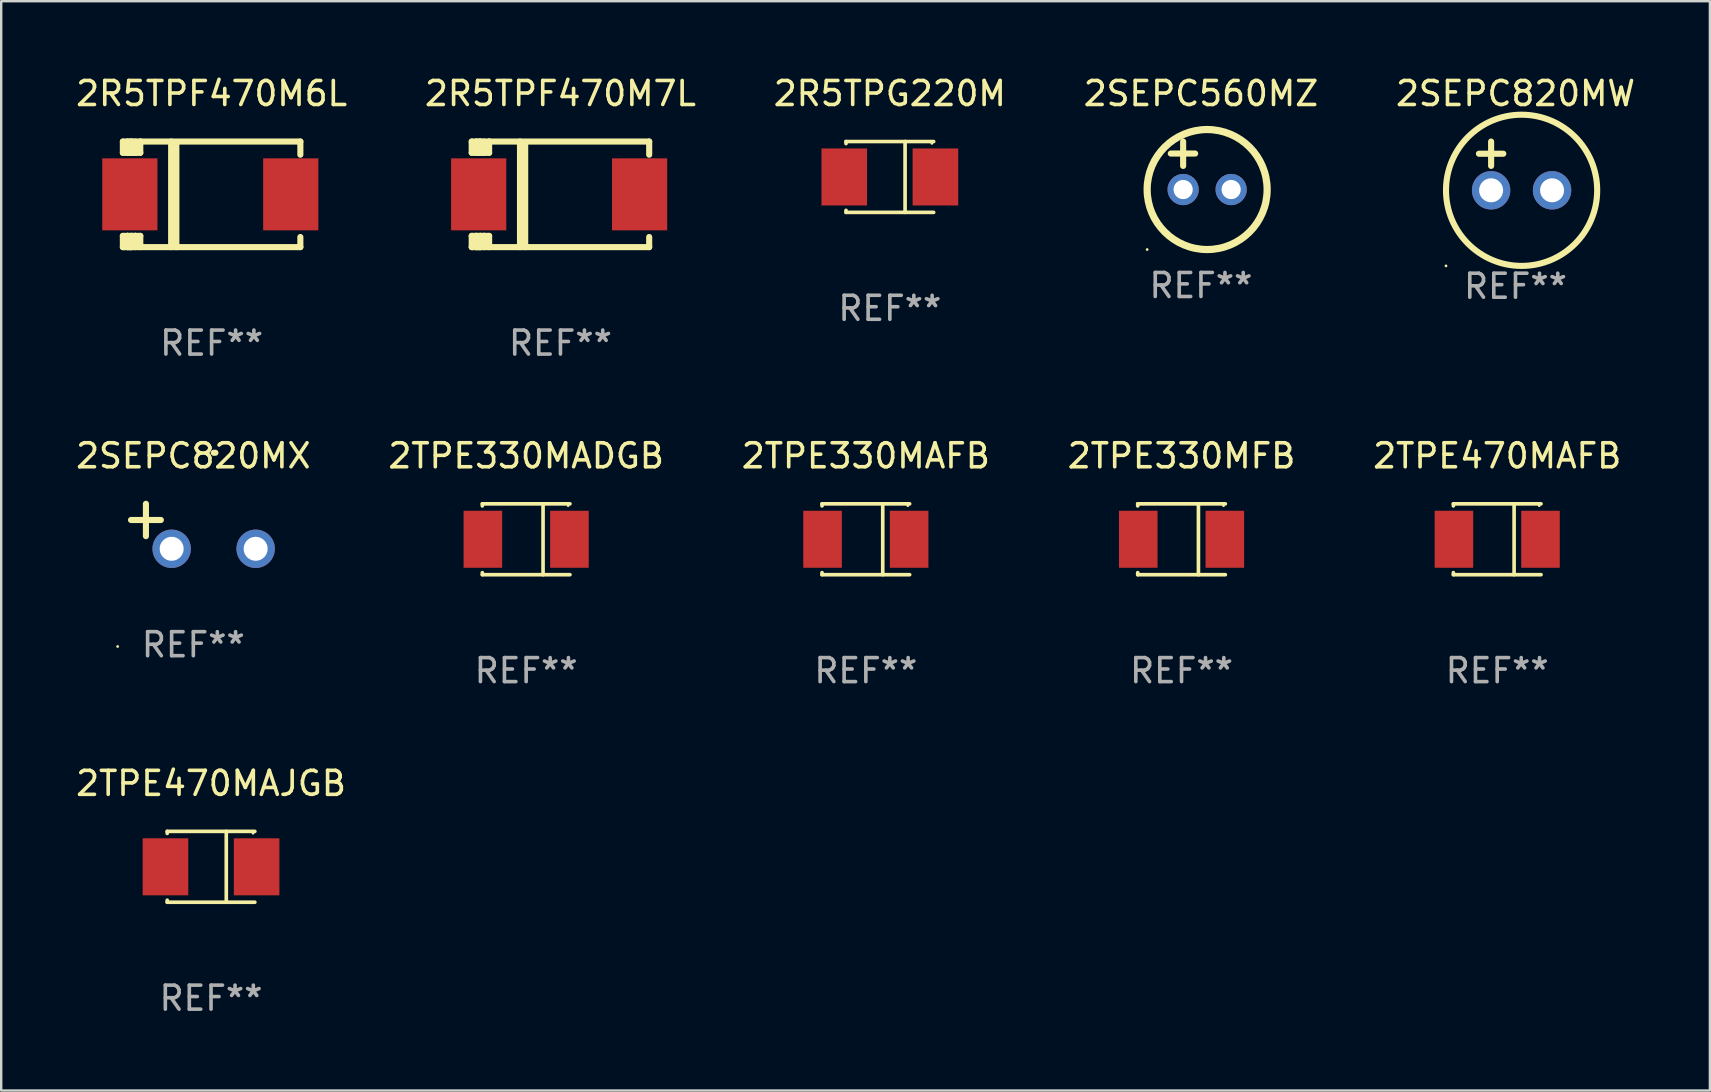
<source format=kicad_pcb>
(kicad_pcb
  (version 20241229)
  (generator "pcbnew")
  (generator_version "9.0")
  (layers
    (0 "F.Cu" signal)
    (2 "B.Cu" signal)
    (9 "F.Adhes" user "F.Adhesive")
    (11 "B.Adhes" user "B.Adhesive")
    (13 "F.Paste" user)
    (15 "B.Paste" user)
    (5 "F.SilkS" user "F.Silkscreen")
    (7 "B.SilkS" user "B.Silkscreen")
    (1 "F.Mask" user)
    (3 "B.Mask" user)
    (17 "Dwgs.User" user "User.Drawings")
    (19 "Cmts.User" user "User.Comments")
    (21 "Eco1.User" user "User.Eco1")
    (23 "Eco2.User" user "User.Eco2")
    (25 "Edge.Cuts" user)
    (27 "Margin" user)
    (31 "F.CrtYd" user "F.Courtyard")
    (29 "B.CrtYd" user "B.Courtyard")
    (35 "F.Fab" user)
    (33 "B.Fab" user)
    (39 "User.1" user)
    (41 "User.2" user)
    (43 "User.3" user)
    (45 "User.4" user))
  (footprint "2R5TPG220M"
    (layer "F.Cu")
    (at 34.03 4.324)
    (property "Reference" "2R5TPG220M" (at 0 -3.476 0) (layer "F.SilkS") (effects (font (size 1 1) (thickness 0.15))))
    (attr through_hole)
    (fp_line (start -1.826 -1.476) (end -1.826 -1.391) (stroke (width 0.152) (type solid)) (layer "F.SilkS"))
    (fp_line (start -1.826 -1.476) (end 1.826 -1.476) (stroke (width 0.152) (type solid)) (layer "F.SilkS"))
    (fp_line (start -1.826 1.476) (end -1.826 1.391) (stroke (width 0.152) (type solid)) (layer "F.SilkS"))
    (fp_line (start -1.826 1.476) (end 1.826 1.476) (stroke (width 0.152) (type solid)) (layer "F.SilkS"))
    (fp_line (start 0.635 -1.476) (end 0.635 1.476) (stroke (width 0.152) (type solid)) (layer "F.SilkS"))
    (fp_circle (center 1.75 -1.4) (end 1.78 -1.4) (stroke (width 0.06) (type solid)) (fill no) (layer "F.SilkS"))
    (fp_text user "REF**" (at 0 5.476 0) (layer "F.Fab") (effects (font (size 1 1) (thickness 0.15))))
    (pad "1" smd rect (at 1.899 0) (size 1.9 2.376) (layers "F.Cu" "F.Mask" "F.Paste"))
    (pad "2" smd rect (at -1.899 0) (size 1.9 2.376) (layers "F.Cu" "F.Mask" "F.Paste")))
  (footprint "2R5TPF470M6L"
    (layer "F.Cu")
    (at 5.768 5.048)
    (property "Reference" "2R5TPF470M6L" (at 0 -4.2 0) (layer "F.SilkS") (effects (font (size 1 1) (thickness 0.15))))
    (attr through_hole)
    (fp_line (start -3.698 -2.2) (end -3.502 -2.2) (stroke (width 0.254) (type solid)) (layer "F.SilkS"))
    (fp_line (start -3.698 -1.731) (end -3.698 -2.2) (stroke (width 0.254) (type solid)) (layer "F.SilkS"))
    (fp_line (start -3.698 -1.731) (end -3.502 -1.731) (stroke (width 0.254) (type solid)) (layer "F.SilkS"))
    (fp_line (start -3.698 1.731) (end -3.502 1.731) (stroke (width 0.254) (type solid)) (layer "F.SilkS"))
    (fp_line (start -3.698 2.2) (end -3.698 1.731) (stroke (width 0.254) (type solid)) (layer "F.SilkS"))
    (fp_line (start -3.66 2.2) (end -3.698 2.2) (stroke (width 0.254) (type solid)) (layer "F.SilkS"))
    (fp_line (start -3.66 2.2) (end -3.346 2.2) (stroke (width 0.254) (type solid)) (layer "F.SilkS"))
    (fp_line (start -3.502 -2.2) (end 3.698 -2.2) (stroke (width 0.254) (type solid)) (layer "F.SilkS"))
    (fp_line (start -3.502 -1.731) (end -3.502 -2.2) (stroke (width 0.254) (type solid)) (layer "F.SilkS"))
    (fp_line (start -3.502 1.731) (end -3.502 1.778) (stroke (width 0.254) (type solid)) (layer "F.SilkS"))
    (fp_line (start -3.502 1.731) (end -3.178 1.731) (stroke (width 0.254) (type solid)) (layer "F.SilkS"))
    (fp_line (start -3.502 1.778) (end -3.502 1.731) (stroke (width 0.254) (type solid)) (layer "F.SilkS"))
    (fp_line (start -3.502 2.2) (end -3.502 1.778) (stroke (width 0.254) (type solid)) (layer "F.SilkS"))
    (fp_line (start -3.502 2.2) (end 3.698 2.2) (stroke (width 0.254) (type solid)) (layer "F.SilkS"))
    (fp_line (start -3.367 -2.2) (end -3.367 -1.731) (stroke (width 0.254) (type solid)) (layer "F.SilkS"))
    (fp_line (start -3.346 1.731) (end -3.346 2.2) (stroke (width 0.254) (type solid)) (layer "F.SilkS"))
    (fp_line (start -3.346 2.2) (end -3.346 2.2) (stroke (width 0.254) (type solid)) (layer "F.SilkS"))
    (fp_line (start -3.332 1.731) (end -3.346 1.731) (stroke (width 0.254) (type solid)) (layer "F.SilkS"))
    (fp_line (start -3.303 -2.2) (end -3.367 -2.2) (stroke (width 0.254) (type solid)) (layer "F.SilkS"))
    (fp_line (start -3.179 -1.731) (end -3.179 -1.731) (stroke (width 0.254) (type solid)) (layer "F.SilkS"))
    (fp_line (start -3.179 1.731) (end -3.179 2.2) (stroke (width 0.254) (type solid)) (layer "F.SilkS"))
    (fp_line (start -3.178 -1.731) (end -3.502 -1.731) (stroke (width 0.254) (type solid)) (layer "F.SilkS"))
    (fp_line (start -3.178 -1.731) (end -3.179 -1.731) (stroke (width 0.254) (type solid)) (layer "F.SilkS"))
    (fp_line (start -3.178 -1.731) (end -3.178 -2.2) (stroke (width 0.254) (type solid)) (layer "F.SilkS"))
    (fp_line (start -3.178 1.731) (end -3.178 1.731) (stroke (width 0.254) (type solid)) (layer "F.SilkS"))
    (fp_line (start -2.972 -2.2) (end -2.972 -1.731) (stroke (width 0.254) (type solid)) (layer "F.SilkS"))
    (fp_line (start -2.972 -1.731) (end -3.502 -1.731) (stroke (width 0.254) (type solid)) (layer "F.SilkS"))
    (fp_line (start -2.972 1.731) (end -3.179 1.731) (stroke (width 0.254) (type solid)) (layer "F.SilkS"))
    (fp_line (start -2.972 1.731) (end -2.972 2.2) (stroke (width 0.254) (type solid)) (layer "F.SilkS"))
    (fp_line (start -2.957 -2.2) (end -2.972 -2.2) (stroke (width 0.254) (type solid)) (layer "F.SilkS"))
    (fp_line (start -1.686 -2.2) (end -1.686 2.2) (stroke (width 0.254) (type solid)) (layer "F.SilkS"))
    (fp_line (start -1.469 -2.159) (end -1.469 2.2) (stroke (width 0.254) (type solid)) (layer "F.SilkS"))
    (fp_line (start -1.452 -2.159) (end -1.469 -2.159) (stroke (width 0.254) (type solid)) (layer "F.SilkS"))
    (fp_line (start 3.698 -2.2) (end 3.698 -1.651) (stroke (width 0.254) (type solid)) (layer "F.SilkS"))
    (fp_line (start 3.698 2.2) (end 3.698 1.778) (stroke (width 0.254) (type solid)) (layer "F.SilkS"))
    (fp_circle (center -3.552 2.15) (end -3.522 2.15) (stroke (width 0.06) (type solid)) (fill no) (layer "F.SilkS"))
    (fp_text user "REF**" (at 0 6.2 0) (layer "F.Fab") (effects (font (size 1 1) (thickness 0.15))))
    (pad "1" smd rect (at -3.407 0) (size 2.3 3) (layers "F.Cu" "F.Mask" "F.Paste"))
    (pad "2" smd rect (at 3.298 0) (size 2.3 3) (layers "F.Cu" "F.Mask" "F.Paste")))
  (footprint "2SEPC820MX"
    (layer "F.Cu")
    (at 5.006 18.881)
    (property "Reference" "2SEPC820MX" (at 0 -2.937 0) (layer "F.SilkS") (effects (font (size 1 1) (thickness 0.15))))
    (attr through_hole)
    (fp_line (start -1.975 0.41) (end -1.975 -0.937) (stroke (width 0.254) (type solid)) (layer "F.SilkS"))
    (fp_line (start -1.353 -0.263) (end -2.597 -0.263) (stroke (width 0.254) (type solid)) (layer "F.SilkS"))
    (fp_arc (start 0.849809 -3.063957) (mid 0.885369 -3.064114) (end 0.920929 -3.063957) (stroke (width 0.254001) (type solid)) (layer "F.SilkS"))
    (fp_circle (center -3.154 5.008) (end -3.124 5.008) (stroke (width 0.06) (type solid)) (fill no) (layer "F.SilkS"))
    (fp_text user "REF**" (at 0 4.937 0) (layer "F.Fab") (effects (font (size 1 1) (thickness 0.15))))
    (pad "1" thru_hole circle (at -0.903 0.937) (size 1.6 1.6) (drill 1) (layers "*.Cu" "*.Mask"))
    (pad "2" thru_hole circle (at 2.597 0.937) (size 1.6 1.6) (drill 1) (layers "*.Cu" "*.Mask")))
  (footprint "2SEPC560MZ"
    (layer "F.Cu")
    (at 46.994 3.848)
    (property "Reference" "2SEPC560MZ" (at 0 -3 0) (layer "F.SilkS") (effects (font (size 1 1) (thickness 0.15))))
    (attr through_hole)
    (fp_line (start -1.258 -0.5) (end -0.242 -0.5) (stroke (width 0.254) (type solid)) (layer "F.SilkS"))
    (fp_line (start -0.742 -1) (end -0.742 0.016) (stroke (width 0.254) (type solid)) (layer "F.SilkS"))
    (fp_circle (center -2.242 3.5) (end -2.212 3.5) (stroke (width 0.06) (type solid)) (fill no) (layer "F.SilkS"))
    (fp_circle (center 0.258 1) (end 2.758 1) (stroke (width 0.3) (type solid)) (fill no) (layer "F.SilkS"))
    (fp_text user "REF**" (at 0 5 0) (layer "F.Fab") (effects (font (size 1 1) (thickness 0.15))))
    (pad "1" thru_hole circle (at -0.742 1) (size 1.3 1.3) (drill 0.8) (layers "*.Cu" "*.Mask"))
    (pad "2" thru_hole circle (at 1.258 1) (size 1.3 1.3) (drill 0.8) (layers "*.Cu" "*.Mask")))
  (footprint "2TPE330MAFB"
    (layer "F.Cu")
    (at 33.03 19.421)
    (property "Reference" "2TPE330MAFB" (at 0 -3.476 0) (layer "F.SilkS") (effects (font (size 1 1) (thickness 0.15))))
    (attr through_hole)
    (fp_line (start -1.826 -1.476) (end -1.826 -1.391) (stroke (width 0.152) (type solid)) (layer "F.SilkS"))
    (fp_line (start -1.826 -1.476) (end 1.826 -1.476) (stroke (width 0.152) (type solid)) (layer "F.SilkS"))
    (fp_line (start -1.826 1.476) (end -1.826 1.391) (stroke (width 0.152) (type solid)) (layer "F.SilkS"))
    (fp_line (start -1.826 1.476) (end 1.826 1.476) (stroke (width 0.152) (type solid)) (layer "F.SilkS"))
    (fp_line (start 0.704 -1.476) (end 0.704 1.476) (stroke (width 0.152) (type solid)) (layer "F.SilkS"))
    (fp_circle (center 1.75 -1.4) (end 1.78 -1.4) (stroke (width 0.06) (type solid)) (fill no) (layer "F.SilkS"))
    (fp_text user "REF**" (at 0 5.476 0) (layer "F.Fab") (effects (font (size 1 1) (thickness 0.15))))
    (pad "1" smd rect (at 1.804 0) (size 1.607 2.376) (layers "F.Cu" "F.Mask" "F.Paste"))
    (pad "2" smd rect (at -1.804 0) (size 1.607 2.376) (layers "F.Cu" "F.Mask" "F.Paste")))
  (footprint "2SEPC820MW"
    (layer "F.Cu")
    (at 60.101 3.864)
    (property "Reference" "2SEPC820MW" (at 0 -3.016 0) (layer "F.SilkS") (effects (font (size 1 1) (thickness 0.15))))
    (attr through_hole)
    (fp_line (start -1.524 -0.508) (end -0.508 -0.508) (stroke (width 0.254) (type solid)) (layer "F.SilkS"))
    (fp_line (start -1.016 -1.016) (end -1.016 0) (stroke (width 0.254) (type solid)) (layer "F.SilkS"))
    (fp_circle (center -2.896 4.166) (end -2.866 4.166) (stroke (width 0.06) (type solid)) (fill no) (layer "F.SilkS"))
    (fp_circle (center 0.254 1.016) (end 3.404 1.016) (stroke (width 0.254) (type solid)) (fill no) (layer "F.SilkS"))
    (fp_text user "REF**" (at 0 5.016 0) (layer "F.Fab") (effects (font (size 1 1) (thickness 0.15))))
    (pad "1" thru_hole circle (at -1.016 1.016) (size 1.6 1.6) (drill 1) (layers "*.Cu" "*.Mask"))
    (pad "2" thru_hole circle (at 1.524 1.016) (size 1.6 1.6) (drill 1) (layers "*.Cu" "*.Mask")))
  (footprint "2R5TPF470M7L"
    (layer "F.Cu")
    (at 20.304 5.048)
    (property "Reference" "2R5TPF470M7L" (at 0 -4.2 0) (layer "F.SilkS") (effects (font (size 1 1) (thickness 0.15))))
    (attr through_hole)
    (fp_line (start -3.698 -2.2) (end -3.502 -2.2) (stroke (width 0.254) (type solid)) (layer "F.SilkS"))
    (fp_line (start -3.698 -1.731) (end -3.698 -2.2) (stroke (width 0.254) (type solid)) (layer "F.SilkS"))
    (fp_line (start -3.698 -1.731) (end -3.502 -1.731) (stroke (width 0.254) (type solid)) (layer "F.SilkS"))
    (fp_line (start -3.698 1.731) (end -3.502 1.731) (stroke (width 0.254) (type solid)) (layer "F.SilkS"))
    (fp_line (start -3.698 2.2) (end -3.698 1.731) (stroke (width 0.254) (type solid)) (layer "F.SilkS"))
    (fp_line (start -3.66 2.2) (end -3.698 2.2) (stroke (width 0.254) (type solid)) (layer "F.SilkS"))
    (fp_line (start -3.66 2.2) (end -3.346 2.2) (stroke (width 0.254) (type solid)) (layer "F.SilkS"))
    (fp_line (start -3.502 -2.2) (end 3.698 -2.2) (stroke (width 0.254) (type solid)) (layer "F.SilkS"))
    (fp_line (start -3.502 -1.731) (end -3.502 -2.2) (stroke (width 0.254) (type solid)) (layer "F.SilkS"))
    (fp_line (start -3.502 1.731) (end -3.502 1.778) (stroke (width 0.254) (type solid)) (layer "F.SilkS"))
    (fp_line (start -3.502 1.731) (end -3.178 1.731) (stroke (width 0.254) (type solid)) (layer "F.SilkS"))
    (fp_line (start -3.502 1.778) (end -3.502 1.731) (stroke (width 0.254) (type solid)) (layer "F.SilkS"))
    (fp_line (start -3.502 2.2) (end -3.502 1.778) (stroke (width 0.254) (type solid)) (layer "F.SilkS"))
    (fp_line (start -3.502 2.2) (end 3.698 2.2) (stroke (width 0.254) (type solid)) (layer "F.SilkS"))
    (fp_line (start -3.367 -2.2) (end -3.367 -1.731) (stroke (width 0.254) (type solid)) (layer "F.SilkS"))
    (fp_line (start -3.346 1.731) (end -3.346 2.2) (stroke (width 0.254) (type solid)) (layer "F.SilkS"))
    (fp_line (start -3.346 2.2) (end -3.346 2.2) (stroke (width 0.254) (type solid)) (layer "F.SilkS"))
    (fp_line (start -3.332 1.731) (end -3.346 1.731) (stroke (width 0.254) (type solid)) (layer "F.SilkS"))
    (fp_line (start -3.303 -2.2) (end -3.367 -2.2) (stroke (width 0.254) (type solid)) (layer "F.SilkS"))
    (fp_line (start -3.179 -1.731) (end -3.179 -1.731) (stroke (width 0.254) (type solid)) (layer "F.SilkS"))
    (fp_line (start -3.179 1.731) (end -3.179 2.2) (stroke (width 0.254) (type solid)) (layer "F.SilkS"))
    (fp_line (start -3.178 -1.731) (end -3.502 -1.731) (stroke (width 0.254) (type solid)) (layer "F.SilkS"))
    (fp_line (start -3.178 -1.731) (end -3.179 -1.731) (stroke (width 0.254) (type solid)) (layer "F.SilkS"))
    (fp_line (start -3.178 -1.731) (end -3.178 -2.2) (stroke (width 0.254) (type solid)) (layer "F.SilkS"))
    (fp_line (start -3.178 1.731) (end -3.178 1.731) (stroke (width 0.254) (type solid)) (layer "F.SilkS"))
    (fp_line (start -2.972 -2.2) (end -2.972 -1.731) (stroke (width 0.254) (type solid)) (layer "F.SilkS"))
    (fp_line (start -2.972 -1.731) (end -3.502 -1.731) (stroke (width 0.254) (type solid)) (layer "F.SilkS"))
    (fp_line (start -2.972 1.731) (end -3.179 1.731) (stroke (width 0.254) (type solid)) (layer "F.SilkS"))
    (fp_line (start -2.972 1.731) (end -2.972 2.2) (stroke (width 0.254) (type solid)) (layer "F.SilkS"))
    (fp_line (start -2.957 -2.2) (end -2.972 -2.2) (stroke (width 0.254) (type solid)) (layer "F.SilkS"))
    (fp_line (start -1.686 -2.2) (end -1.686 2.2) (stroke (width 0.254) (type solid)) (layer "F.SilkS"))
    (fp_line (start -1.469 -2.159) (end -1.469 2.2) (stroke (width 0.254) (type solid)) (layer "F.SilkS"))
    (fp_line (start -1.452 -2.159) (end -1.469 -2.159) (stroke (width 0.254) (type solid)) (layer "F.SilkS"))
    (fp_line (start 3.698 -2.2) (end 3.698 -1.651) (stroke (width 0.254) (type solid)) (layer "F.SilkS"))
    (fp_line (start 3.698 2.2) (end 3.698 1.778) (stroke (width 0.254) (type solid)) (layer "F.SilkS"))
    (fp_circle (center -3.552 2.15) (end -3.522 2.15) (stroke (width 0.06) (type solid)) (fill no) (layer "F.SilkS"))
    (fp_text user "REF**" (at 0 6.2 0) (layer "F.Fab") (effects (font (size 1 1) (thickness 0.15))))
    (pad "1" smd rect (at -3.407 0) (size 2.3 3) (layers "F.Cu" "F.Mask" "F.Paste"))
    (pad "2" smd rect (at 3.298 0) (size 2.3 3) (layers "F.Cu" "F.Mask" "F.Paste")))
  (footprint "2TPE470MAFB"
    (layer "F.Cu")
    (at 59.339 19.421)
    (property "Reference" "2TPE470MAFB" (at 0 -3.476 0) (layer "F.SilkS") (effects (font (size 1 1) (thickness 0.15))))
    (attr through_hole)
    (fp_line (start -1.826 -1.476) (end -1.826 -1.391) (stroke (width 0.152) (type solid)) (layer "F.SilkS"))
    (fp_line (start -1.826 -1.476) (end 1.826 -1.476) (stroke (width 0.152) (type solid)) (layer "F.SilkS"))
    (fp_line (start -1.826 1.476) (end -1.826 1.391) (stroke (width 0.152) (type solid)) (layer "F.SilkS"))
    (fp_line (start -1.826 1.476) (end 1.826 1.476) (stroke (width 0.152) (type solid)) (layer "F.SilkS"))
    (fp_line (start 0.704 -1.476) (end 0.704 1.476) (stroke (width 0.152) (type solid)) (layer "F.SilkS"))
    (fp_circle (center 1.75 -1.4) (end 1.78 -1.4) (stroke (width 0.06) (type solid)) (fill no) (layer "F.SilkS"))
    (fp_text user "REF**" (at 0 5.476 0) (layer "F.Fab") (effects (font (size 1 1) (thickness 0.15))))
    (pad "1" smd rect (at 1.804 0) (size 1.607 2.376) (layers "F.Cu" "F.Mask" "F.Paste"))
    (pad "2" smd rect (at -1.804 0) (size 1.607 2.376) (layers "F.Cu" "F.Mask" "F.Paste")))
  (footprint "2TPE330MADGB"
    (layer "F.Cu")
    (at 18.875 19.421)
    (property "Reference" "2TPE330MADGB" (at 0 -3.476 0) (layer "F.SilkS") (effects (font (size 1 1) (thickness 0.15))))
    (attr through_hole)
    (fp_line (start -1.826 -1.476) (end -1.826 -1.391) (stroke (width 0.152) (type solid)) (layer "F.SilkS"))
    (fp_line (start -1.826 -1.476) (end 1.826 -1.476) (stroke (width 0.152) (type solid)) (layer "F.SilkS"))
    (fp_line (start -1.826 1.476) (end -1.826 1.391) (stroke (width 0.152) (type solid)) (layer "F.SilkS"))
    (fp_line (start -1.826 1.476) (end 1.826 1.476) (stroke (width 0.152) (type solid)) (layer "F.SilkS"))
    (fp_line (start 0.704 -1.476) (end 0.704 1.476) (stroke (width 0.152) (type solid)) (layer "F.SilkS"))
    (fp_circle (center 1.75 -1.4) (end 1.78 -1.4) (stroke (width 0.06) (type solid)) (fill no) (layer "F.SilkS"))
    (fp_text user "REF**" (at 0 5.476 0) (layer "F.Fab") (effects (font (size 1 1) (thickness 0.15))))
    (pad "1" smd rect (at 1.804 0) (size 1.607 2.376) (layers "F.Cu" "F.Mask" "F.Paste"))
    (pad "2" smd rect (at -1.804 0) (size 1.607 2.376) (layers "F.Cu" "F.Mask" "F.Paste")))
  (footprint "2TPE330MFB"
    (layer "F.Cu")
    (at 46.185 19.421)
    (property "Reference" "2TPE330MFB" (at 0 -3.476 0) (layer "F.SilkS") (effects (font (size 1 1) (thickness 0.15))))
    (attr through_hole)
    (fp_line (start -1.826 -1.476) (end -1.826 -1.391) (stroke (width 0.152) (type solid)) (layer "F.SilkS"))
    (fp_line (start -1.826 -1.476) (end 1.826 -1.476) (stroke (width 0.152) (type solid)) (layer "F.SilkS"))
    (fp_line (start -1.826 1.476) (end -1.826 1.391) (stroke (width 0.152) (type solid)) (layer "F.SilkS"))
    (fp_line (start -1.826 1.476) (end 1.826 1.476) (stroke (width 0.152) (type solid)) (layer "F.SilkS"))
    (fp_line (start 0.704 -1.476) (end 0.704 1.476) (stroke (width 0.152) (type solid)) (layer "F.SilkS"))
    (fp_circle (center 1.75 -1.4) (end 1.78 -1.4) (stroke (width 0.06) (type solid)) (fill no) (layer "F.SilkS"))
    (fp_text user "REF**" (at 0 5.476 0) (layer "F.Fab") (effects (font (size 1 1) (thickness 0.15))))
    (pad "1" smd rect (at 1.804 0) (size 1.607 2.376) (layers "F.Cu" "F.Mask" "F.Paste"))
    (pad "2" smd rect (at -1.804 0) (size 1.607 2.376) (layers "F.Cu" "F.Mask" "F.Paste")))
  (footprint "2TPE470MAJGB"
    (layer "F.Cu")
    (at 5.744 33.07)
    (property "Reference" "2TPE470MAJGB" (at 0 -3.476 0) (layer "F.SilkS") (effects (font (size 1 1) (thickness 0.15))))
    (attr through_hole)
    (fp_line (start -1.826 -1.476) (end -1.826 -1.391) (stroke (width 0.152) (type solid)) (layer "F.SilkS"))
    (fp_line (start -1.826 -1.476) (end 1.826 -1.476) (stroke (width 0.152) (type solid)) (layer "F.SilkS"))
    (fp_line (start -1.826 1.476) (end -1.826 1.391) (stroke (width 0.152) (type solid)) (layer "F.SilkS"))
    (fp_line (start -1.826 1.476) (end 1.826 1.476) (stroke (width 0.152) (type solid)) (layer "F.SilkS"))
    (fp_line (start 0.635 -1.476) (end 0.635 1.476) (stroke (width 0.152) (type solid)) (layer "F.SilkS"))
    (fp_circle (center 1.75 -1.4) (end 1.78 -1.4) (stroke (width 0.06) (type solid)) (fill no) (layer "F.SilkS"))
    (fp_text user "REF**" (at 0 5.476 0) (layer "F.Fab") (effects (font (size 1 1) (thickness 0.15))))
    (pad "1" smd rect (at 1.899 0) (size 1.9 2.376) (layers "F.Cu" "F.Mask" "F.Paste"))
    (pad "2" smd rect (at -1.899 0) (size 1.9 2.376) (layers "F.Cu" "F.Mask" "F.Paste")))
  (gr_rect
    (start -3 -3)
    (end 68.202 42.394)
    (stroke (width 0.1) (type default))
    (fill no)
    (layer "Edge.Cuts")))
</source>
